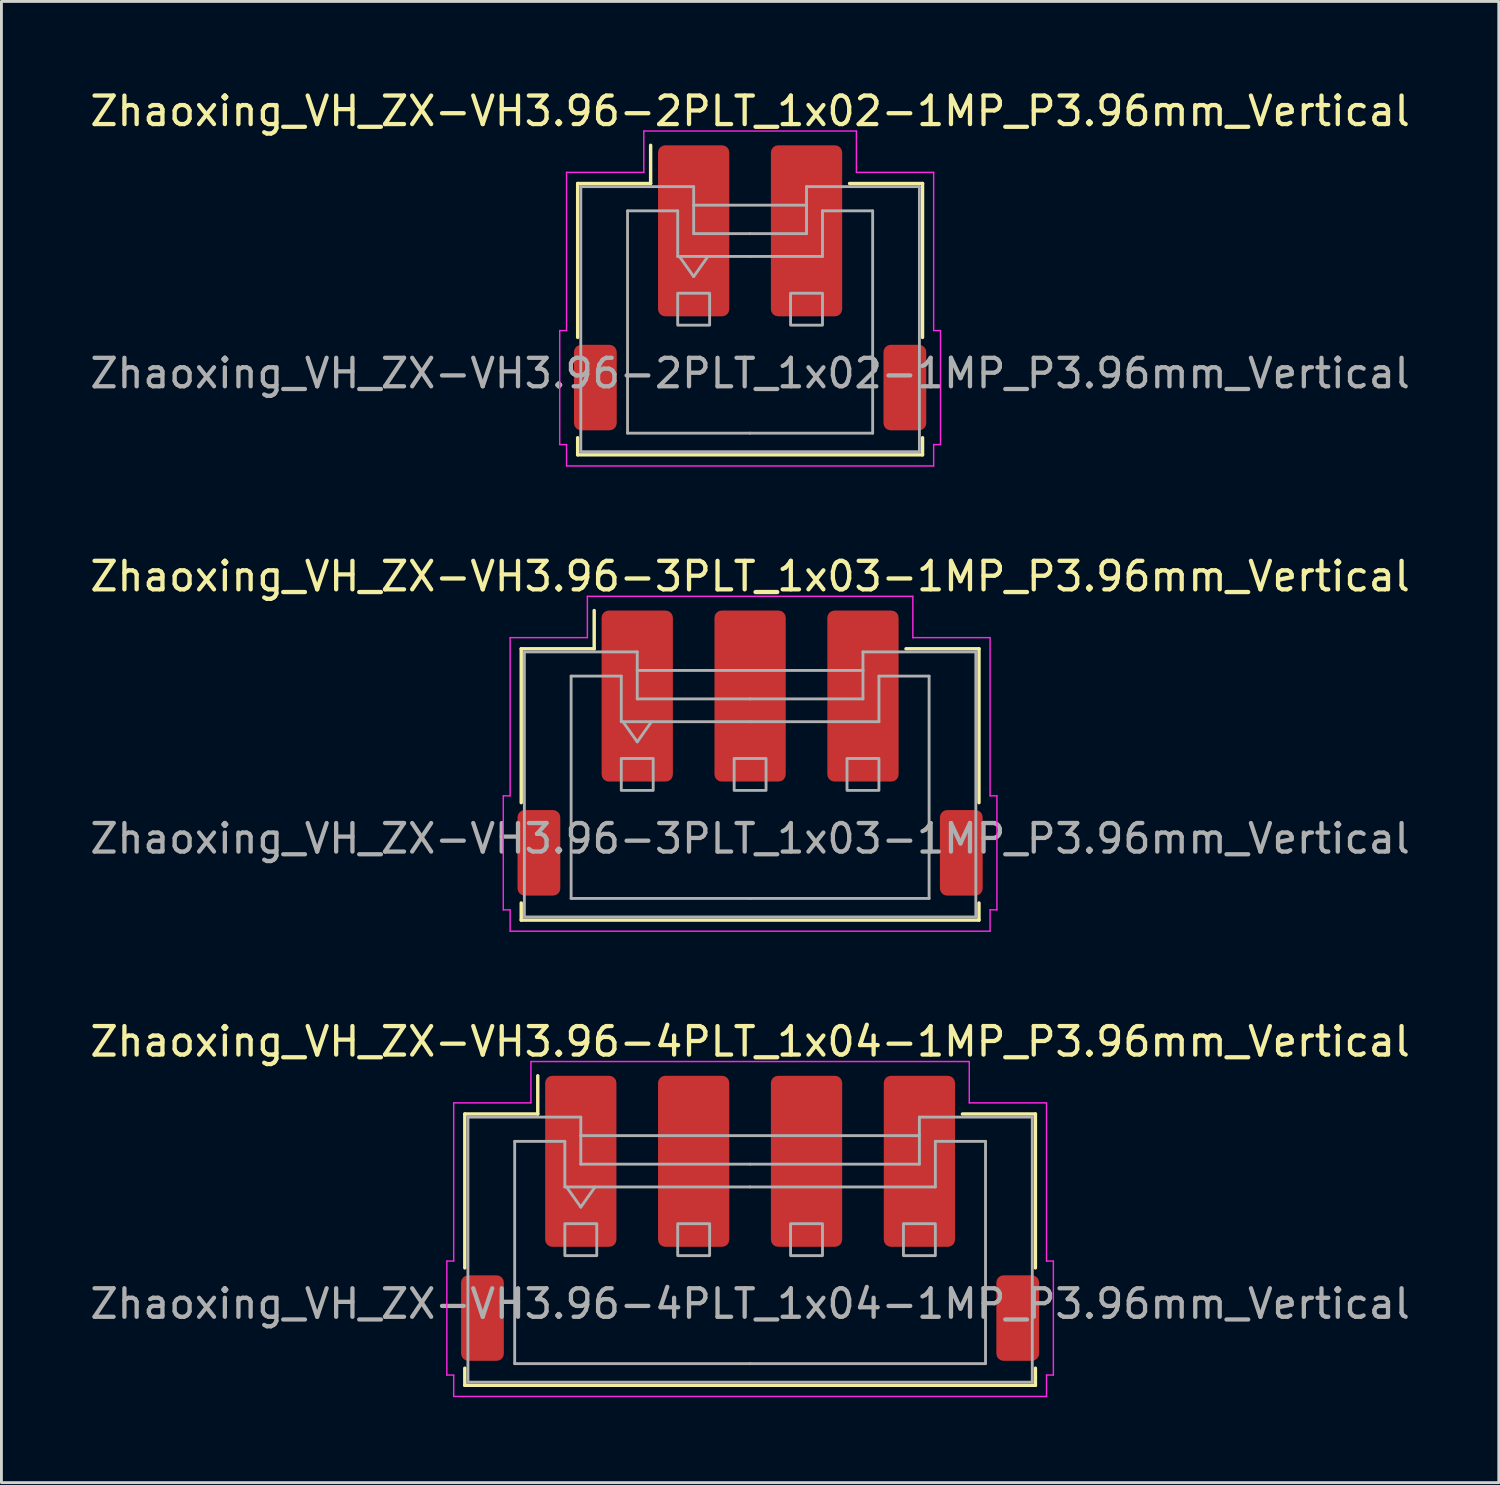
<source format=kicad_pcb>
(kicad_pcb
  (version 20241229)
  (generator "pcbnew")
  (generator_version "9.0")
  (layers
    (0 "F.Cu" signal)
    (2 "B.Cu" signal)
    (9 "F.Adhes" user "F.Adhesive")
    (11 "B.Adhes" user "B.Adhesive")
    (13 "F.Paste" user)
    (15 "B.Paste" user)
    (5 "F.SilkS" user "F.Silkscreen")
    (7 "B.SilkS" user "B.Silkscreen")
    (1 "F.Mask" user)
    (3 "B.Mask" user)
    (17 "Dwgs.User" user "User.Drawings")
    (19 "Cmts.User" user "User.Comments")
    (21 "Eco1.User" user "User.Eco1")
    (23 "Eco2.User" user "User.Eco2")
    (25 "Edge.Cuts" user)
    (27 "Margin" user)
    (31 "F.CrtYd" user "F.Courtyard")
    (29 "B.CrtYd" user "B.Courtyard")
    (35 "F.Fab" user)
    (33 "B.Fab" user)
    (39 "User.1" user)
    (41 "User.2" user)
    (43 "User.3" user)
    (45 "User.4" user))
  (footprint "Zhaoxing_VH_ZX-VH3.96-4PLT_1x04-1MP_P3.96mm_Vertical"
    (layer "F.Cu")
    (at 23.268 39.695)
    (property "Reference" "Zhaoxing_VH_ZX-VH3.96-4PLT_1x04-1MP_P3.96mm_Vertical" (at 0 -6.2 0) (layer "F.SilkS") (effects (font (size 1 1) (thickness 0.15))))
    (attr smd)
    (fp_line (start -10.01 -3.66) (end -7.45 -3.66) (stroke (width 0.12) (type solid)) (layer "F.SilkS"))
    (fp_line (start -10.01 1.74) (end -10.01 -3.66) (stroke (width 0.12) (type solid)) (layer "F.SilkS"))
    (fp_line (start -10.01 5.26) (end -10.01 5.86) (stroke (width 0.12) (type solid)) (layer "F.SilkS"))
    (fp_line (start -10.01 5.86) (end 10.01 5.86) (stroke (width 0.12) (type solid)) (layer "F.SilkS"))
    (fp_line (start -7.45 -3.66) (end -7.45 -5) (stroke (width 0.12) (type solid)) (layer "F.SilkS"))
    (fp_line (start 10.01 -3.66) (end 7.45 -3.66) (stroke (width 0.12) (type solid)) (layer "F.SilkS"))
    (fp_line (start 10.01 1.74) (end 10.01 -3.66) (stroke (width 0.12) (type solid)) (layer "F.SilkS"))
    (fp_line (start 10.01 5.86) (end 10.01 5.26) (stroke (width 0.12) (type solid)) (layer "F.SilkS"))
    (fp_line (start -10.64 1.5) (end -10.4 1.5) (stroke (width 0.05) (type solid)) (layer "F.CrtYd"))
    (fp_line (start -10.64 5.5) (end -10.64 1.5) (stroke (width 0.05) (type solid)) (layer "F.CrtYd"))
    (fp_line (start -10.4 -4.05) (end -7.69 -4.05) (stroke (width 0.05) (type solid)) (layer "F.CrtYd"))
    (fp_line (start -10.4 1.5) (end -10.4 -4.05) (stroke (width 0.05) (type solid)) (layer "F.CrtYd"))
    (fp_line (start -10.4 5.5) (end -10.64 5.5) (stroke (width 0.05) (type solid)) (layer "F.CrtYd"))
    (fp_line (start -10.4 6.25) (end -10.4 5.5) (stroke (width 0.05) (type solid)) (layer "F.CrtYd"))
    (fp_line (start -7.69 -5.5) (end 7.69 -5.5) (stroke (width 0.05) (type solid)) (layer "F.CrtYd"))
    (fp_line (start -7.69 -4.05) (end -7.69 -5.5) (stroke (width 0.05) (type solid)) (layer "F.CrtYd"))
    (fp_line (start 7.69 -5.5) (end 7.69 -4.05) (stroke (width 0.05) (type solid)) (layer "F.CrtYd"))
    (fp_line (start 7.69 -4.05) (end 10.4 -4.05) (stroke (width 0.05) (type solid)) (layer "F.CrtYd"))
    (fp_line (start 10.4 -4.05) (end 10.4 1.5) (stroke (width 0.05) (type solid)) (layer "F.CrtYd"))
    (fp_line (start 10.4 1.5) (end 10.64 1.5) (stroke (width 0.05) (type solid)) (layer "F.CrtYd"))
    (fp_line (start 10.4 5.5) (end 10.4 6.25) (stroke (width 0.05) (type solid)) (layer "F.CrtYd"))
    (fp_line (start 10.4 6.25) (end -10.4 6.25) (stroke (width 0.05) (type solid)) (layer "F.CrtYd"))
    (fp_line (start 10.64 1.5) (end 10.64 5.5) (stroke (width 0.05) (type solid)) (layer "F.CrtYd"))
    (fp_line (start 10.64 5.5) (end 10.4 5.5) (stroke (width 0.05) (type solid)) (layer "F.CrtYd"))
    (fp_line (start -9.9 -3.55) (end -9.9 5.75) (stroke (width 0.1) (type solid)) (layer "F.Fab"))
    (fp_line (start -9.9 -3.55) (end -5.94 -3.55) (stroke (width 0.1) (type solid)) (layer "F.Fab"))
    (fp_line (start -9.9 5.75) (end 9.9 5.75) (stroke (width 0.1) (type solid)) (layer "F.Fab"))
    (fp_line (start -8.26 -2.7) (end -8.26 5.1) (stroke (width 0.1) (type solid)) (layer "F.Fab"))
    (fp_line (start -8.26 5.1) (end 0 5.1) (stroke (width 0.1) (type solid)) (layer "F.Fab"))
    (fp_line (start -6.5 -2.7) (end -8.26 -2.7) (stroke (width 0.1) (type solid)) (layer "F.Fab"))
    (fp_line (start -6.5 -1.1) (end -6.5 -2.7) (stroke (width 0.1) (type solid)) (layer "F.Fab"))
    (fp_line (start -6.44 -1.1) (end -5.94 -0.393) (stroke (width 0.1) (type solid)) (layer "F.Fab"))
    (fp_line (start -5.94 -3.55) (end -5.94 -2.9) (stroke (width 0.1) (type solid)) (layer "F.Fab"))
    (fp_line (start -5.94 -2.9) (end 5.94 -2.9) (stroke (width 0.1) (type solid)) (layer "F.Fab"))
    (fp_line (start -5.94 -1.9) (end -5.94 -2.9) (stroke (width 0.1) (type solid)) (layer "F.Fab"))
    (fp_line (start -5.94 -0.393) (end -5.44 -1.1) (stroke (width 0.1) (type solid)) (layer "F.Fab"))
    (fp_line (start 0 -1.9) (end -5.94 -1.9) (stroke (width 0.1) (type solid)) (layer "F.Fab"))
    (fp_line (start 0 -1.9) (end 5.94 -1.9) (stroke (width 0.1) (type solid)) (layer "F.Fab"))
    (fp_line (start 0 -1.1) (end -6.5 -1.1) (stroke (width 0.1) (type solid)) (layer "F.Fab"))
    (fp_line (start 0 -1.1) (end 6.5 -1.1) (stroke (width 0.1) (type solid)) (layer "F.Fab"))
    (fp_line (start 5.94 -3.55) (end 9.9 -3.55) (stroke (width 0.1) (type solid)) (layer "F.Fab"))
    (fp_line (start 5.94 -2.9) (end 5.94 -3.55) (stroke (width 0.1) (type solid)) (layer "F.Fab"))
    (fp_line (start 5.94 -1.9) (end 5.94 -2.9) (stroke (width 0.1) (type solid)) (layer "F.Fab"))
    (fp_line (start 6.5 -2.7) (end 8.26 -2.7) (stroke (width 0.1) (type solid)) (layer "F.Fab"))
    (fp_line (start 6.5 -1.1) (end 6.5 -2.7) (stroke (width 0.1) (type solid)) (layer "F.Fab"))
    (fp_line (start 8.26 -2.7) (end 8.26 5.1) (stroke (width 0.1) (type solid)) (layer "F.Fab"))
    (fp_line (start 8.26 5.1) (end 0 5.1) (stroke (width 0.1) (type solid)) (layer "F.Fab"))
    (fp_line (start 9.9 -3.55) (end 9.9 5.75) (stroke (width 0.1) (type solid)) (layer "F.Fab"))
    (fp_rect (start -6.5 0.19) (end -5.38 1.31) (stroke (width 0.1) (type solid)) (fill no) (layer "F.Fab"))
    (fp_rect (start -2.54 0.19) (end -1.42 1.31) (stroke (width 0.1) (type solid)) (fill no) (layer "F.Fab"))
    (fp_rect (start 1.42 0.19) (end 2.54 1.31) (stroke (width 0.1) (type solid)) (fill no) (layer "F.Fab"))
    (fp_rect (start 5.38 0.19) (end 6.5 1.31) (stroke (width 0.1) (type solid)) (fill no) (layer "F.Fab"))
    (fp_text user "${REFERENCE}" (at 0 3 0) (layer "F.Fab") (effects (font (size 1 1) (thickness 0.15))))
    (pad "1" smd roundrect (at -5.94 -2) (size 2.5 6) (layers "F.Cu" "F.Mask" "F.Paste") (roundrect_rratio 0.1))
    (pad "2" smd roundrect (at -1.98 -2) (size 2.5 6) (layers "F.Cu" "F.Mask" "F.Paste") (roundrect_rratio 0.1))
    (pad "3" smd roundrect (at 1.98 -2) (size 2.5 6) (layers "F.Cu" "F.Mask" "F.Paste") (roundrect_rratio 0.1))
    (pad "4" smd roundrect (at 5.94 -2) (size 2.5 6) (layers "F.Cu" "F.Mask" "F.Paste") (roundrect_rratio 0.1))
    (pad "MP" smd roundrect (at -9.39 3.5) (size 1.5 3) (layers "F.Cu" "F.Mask" "F.Paste") (roundrect_rratio 0.167))
    (pad "MP" smd roundrect (at 9.39 3.5) (size 1.5 3) (layers "F.Cu" "F.Mask" "F.Paste") (roundrect_rratio 0.167)))
  (footprint "Zhaoxing_VH_ZX-VH3.96-3PLT_1x03-1MP_P3.96mm_Vertical"
    (layer "F.Cu")
    (at 23.268 23.372)
    (property "Reference" "Zhaoxing_VH_ZX-VH3.96-3PLT_1x03-1MP_P3.96mm_Vertical" (at 0 -6.2 0) (layer "F.SilkS") (effects (font (size 1 1) (thickness 0.15))))
    (attr smd)
    (fp_line (start -8.03 -3.66) (end -5.47 -3.66) (stroke (width 0.12) (type solid)) (layer "F.SilkS"))
    (fp_line (start -8.03 1.74) (end -8.03 -3.66) (stroke (width 0.12) (type solid)) (layer "F.SilkS"))
    (fp_line (start -8.03 5.26) (end -8.03 5.86) (stroke (width 0.12) (type solid)) (layer "F.SilkS"))
    (fp_line (start -8.03 5.86) (end 8.03 5.86) (stroke (width 0.12) (type solid)) (layer "F.SilkS"))
    (fp_line (start -5.47 -3.66) (end -5.47 -5) (stroke (width 0.12) (type solid)) (layer "F.SilkS"))
    (fp_line (start 8.03 -3.66) (end 5.47 -3.66) (stroke (width 0.12) (type solid)) (layer "F.SilkS"))
    (fp_line (start 8.03 1.74) (end 8.03 -3.66) (stroke (width 0.12) (type solid)) (layer "F.SilkS"))
    (fp_line (start 8.03 5.86) (end 8.03 5.26) (stroke (width 0.12) (type solid)) (layer "F.SilkS"))
    (fp_line (start -8.66 1.5) (end -8.42 1.5) (stroke (width 0.05) (type solid)) (layer "F.CrtYd"))
    (fp_line (start -8.66 5.5) (end -8.66 1.5) (stroke (width 0.05) (type solid)) (layer "F.CrtYd"))
    (fp_line (start -8.42 -4.05) (end -5.71 -4.05) (stroke (width 0.05) (type solid)) (layer "F.CrtYd"))
    (fp_line (start -8.42 1.5) (end -8.42 -4.05) (stroke (width 0.05) (type solid)) (layer "F.CrtYd"))
    (fp_line (start -8.42 5.5) (end -8.66 5.5) (stroke (width 0.05) (type solid)) (layer "F.CrtYd"))
    (fp_line (start -8.42 6.25) (end -8.42 5.5) (stroke (width 0.05) (type solid)) (layer "F.CrtYd"))
    (fp_line (start -5.71 -5.5) (end 5.71 -5.5) (stroke (width 0.05) (type solid)) (layer "F.CrtYd"))
    (fp_line (start -5.71 -4.05) (end -5.71 -5.5) (stroke (width 0.05) (type solid)) (layer "F.CrtYd"))
    (fp_line (start 5.71 -5.5) (end 5.71 -4.05) (stroke (width 0.05) (type solid)) (layer "F.CrtYd"))
    (fp_line (start 5.71 -4.05) (end 8.42 -4.05) (stroke (width 0.05) (type solid)) (layer "F.CrtYd"))
    (fp_line (start 8.42 -4.05) (end 8.42 1.5) (stroke (width 0.05) (type solid)) (layer "F.CrtYd"))
    (fp_line (start 8.42 1.5) (end 8.66 1.5) (stroke (width 0.05) (type solid)) (layer "F.CrtYd"))
    (fp_line (start 8.42 5.5) (end 8.42 6.25) (stroke (width 0.05) (type solid)) (layer "F.CrtYd"))
    (fp_line (start 8.42 6.25) (end -8.42 6.25) (stroke (width 0.05) (type solid)) (layer "F.CrtYd"))
    (fp_line (start 8.66 1.5) (end 8.66 5.5) (stroke (width 0.05) (type solid)) (layer "F.CrtYd"))
    (fp_line (start 8.66 5.5) (end 8.42 5.5) (stroke (width 0.05) (type solid)) (layer "F.CrtYd"))
    (fp_line (start -7.92 -3.55) (end -7.92 5.75) (stroke (width 0.1) (type solid)) (layer "F.Fab"))
    (fp_line (start -7.92 -3.55) (end -3.96 -3.55) (stroke (width 0.1) (type solid)) (layer "F.Fab"))
    (fp_line (start -7.92 5.75) (end 7.92 5.75) (stroke (width 0.1) (type solid)) (layer "F.Fab"))
    (fp_line (start -6.28 -2.7) (end -6.28 5.1) (stroke (width 0.1) (type solid)) (layer "F.Fab"))
    (fp_line (start -6.28 5.1) (end 0 5.1) (stroke (width 0.1) (type solid)) (layer "F.Fab"))
    (fp_line (start -4.52 -2.7) (end -6.28 -2.7) (stroke (width 0.1) (type solid)) (layer "F.Fab"))
    (fp_line (start -4.52 -1.1) (end -4.52 -2.7) (stroke (width 0.1) (type solid)) (layer "F.Fab"))
    (fp_line (start -4.46 -1.1) (end -3.96 -0.393) (stroke (width 0.1) (type solid)) (layer "F.Fab"))
    (fp_line (start -3.96 -3.55) (end -3.96 -2.9) (stroke (width 0.1) (type solid)) (layer "F.Fab"))
    (fp_line (start -3.96 -2.9) (end 3.96 -2.9) (stroke (width 0.1) (type solid)) (layer "F.Fab"))
    (fp_line (start -3.96 -1.9) (end -3.96 -2.9) (stroke (width 0.1) (type solid)) (layer "F.Fab"))
    (fp_line (start -3.96 -0.393) (end -3.46 -1.1) (stroke (width 0.1) (type solid)) (layer "F.Fab"))
    (fp_line (start 0 -1.9) (end -3.96 -1.9) (stroke (width 0.1) (type solid)) (layer "F.Fab"))
    (fp_line (start 0 -1.9) (end 3.96 -1.9) (stroke (width 0.1) (type solid)) (layer "F.Fab"))
    (fp_line (start 0 -1.1) (end -4.52 -1.1) (stroke (width 0.1) (type solid)) (layer "F.Fab"))
    (fp_line (start 0 -1.1) (end 4.52 -1.1) (stroke (width 0.1) (type solid)) (layer "F.Fab"))
    (fp_line (start 3.96 -3.55) (end 7.92 -3.55) (stroke (width 0.1) (type solid)) (layer "F.Fab"))
    (fp_line (start 3.96 -2.9) (end 3.96 -3.55) (stroke (width 0.1) (type solid)) (layer "F.Fab"))
    (fp_line (start 3.96 -1.9) (end 3.96 -2.9) (stroke (width 0.1) (type solid)) (layer "F.Fab"))
    (fp_line (start 4.52 -2.7) (end 6.28 -2.7) (stroke (width 0.1) (type solid)) (layer "F.Fab"))
    (fp_line (start 4.52 -1.1) (end 4.52 -2.7) (stroke (width 0.1) (type solid)) (layer "F.Fab"))
    (fp_line (start 6.28 -2.7) (end 6.28 5.1) (stroke (width 0.1) (type solid)) (layer "F.Fab"))
    (fp_line (start 6.28 5.1) (end 0 5.1) (stroke (width 0.1) (type solid)) (layer "F.Fab"))
    (fp_line (start 7.92 -3.55) (end 7.92 5.75) (stroke (width 0.1) (type solid)) (layer "F.Fab"))
    (fp_rect (start -4.52 0.19) (end -3.4 1.31) (stroke (width 0.1) (type solid)) (fill no) (layer "F.Fab"))
    (fp_rect (start -0.56 0.19) (end 0.56 1.31) (stroke (width 0.1) (type solid)) (fill no) (layer "F.Fab"))
    (fp_rect (start 3.4 0.19) (end 4.52 1.31) (stroke (width 0.1) (type solid)) (fill no) (layer "F.Fab"))
    (fp_text user "${REFERENCE}" (at 0 3 0) (layer "F.Fab") (effects (font (size 1 1) (thickness 0.15))))
    (pad "1" smd roundrect (at -3.96 -2) (size 2.5 6) (layers "F.Cu" "F.Mask" "F.Paste") (roundrect_rratio 0.1))
    (pad "2" smd roundrect (at 0 -2) (size 2.5 6) (layers "F.Cu" "F.Mask" "F.Paste") (roundrect_rratio 0.1))
    (pad "3" smd roundrect (at 3.96 -2) (size 2.5 6) (layers "F.Cu" "F.Mask" "F.Paste") (roundrect_rratio 0.1))
    (pad "MP" smd roundrect (at -7.41 3.5) (size 1.5 3) (layers "F.Cu" "F.Mask" "F.Paste") (roundrect_rratio 0.167))
    (pad "MP" smd roundrect (at 7.41 3.5) (size 1.5 3) (layers "F.Cu" "F.Mask" "F.Paste") (roundrect_rratio 0.167)))
  (footprint "Zhaoxing_VH_ZX-VH3.96-2PLT_1x02-1MP_P3.96mm_Vertical"
    (layer "F.Cu")
    (at 23.268 7.048)
    (property "Reference" "Zhaoxing_VH_ZX-VH3.96-2PLT_1x02-1MP_P3.96mm_Vertical" (at 0 -6.2 0) (layer "F.SilkS") (effects (font (size 1 1) (thickness 0.15))))
    (attr smd)
    (fp_line (start -6.05 -3.66) (end -3.49 -3.66) (stroke (width 0.12) (type solid)) (layer "F.SilkS"))
    (fp_line (start -6.05 1.74) (end -6.05 -3.66) (stroke (width 0.12) (type solid)) (layer "F.SilkS"))
    (fp_line (start -6.05 5.26) (end -6.05 5.86) (stroke (width 0.12) (type solid)) (layer "F.SilkS"))
    (fp_line (start -6.05 5.86) (end 6.05 5.86) (stroke (width 0.12) (type solid)) (layer "F.SilkS"))
    (fp_line (start -3.49 -3.66) (end -3.49 -5) (stroke (width 0.12) (type solid)) (layer "F.SilkS"))
    (fp_line (start 6.05 -3.66) (end 3.49 -3.66) (stroke (width 0.12) (type solid)) (layer "F.SilkS"))
    (fp_line (start 6.05 1.74) (end 6.05 -3.66) (stroke (width 0.12) (type solid)) (layer "F.SilkS"))
    (fp_line (start 6.05 5.86) (end 6.05 5.26) (stroke (width 0.12) (type solid)) (layer "F.SilkS"))
    (fp_line (start -6.68 1.5) (end -6.44 1.5) (stroke (width 0.05) (type solid)) (layer "F.CrtYd"))
    (fp_line (start -6.68 5.5) (end -6.68 1.5) (stroke (width 0.05) (type solid)) (layer "F.CrtYd"))
    (fp_line (start -6.44 -4.05) (end -3.73 -4.05) (stroke (width 0.05) (type solid)) (layer "F.CrtYd"))
    (fp_line (start -6.44 1.5) (end -6.44 -4.05) (stroke (width 0.05) (type solid)) (layer "F.CrtYd"))
    (fp_line (start -6.44 5.5) (end -6.68 5.5) (stroke (width 0.05) (type solid)) (layer "F.CrtYd"))
    (fp_line (start -6.44 6.25) (end -6.44 5.5) (stroke (width 0.05) (type solid)) (layer "F.CrtYd"))
    (fp_line (start -3.73 -5.5) (end 3.73 -5.5) (stroke (width 0.05) (type solid)) (layer "F.CrtYd"))
    (fp_line (start -3.73 -4.05) (end -3.73 -5.5) (stroke (width 0.05) (type solid)) (layer "F.CrtYd"))
    (fp_line (start 3.73 -5.5) (end 3.73 -4.05) (stroke (width 0.05) (type solid)) (layer "F.CrtYd"))
    (fp_line (start 3.73 -4.05) (end 6.44 -4.05) (stroke (width 0.05) (type solid)) (layer "F.CrtYd"))
    (fp_line (start 6.44 -4.05) (end 6.44 1.5) (stroke (width 0.05) (type solid)) (layer "F.CrtYd"))
    (fp_line (start 6.44 1.5) (end 6.68 1.5) (stroke (width 0.05) (type solid)) (layer "F.CrtYd"))
    (fp_line (start 6.44 5.5) (end 6.44 6.25) (stroke (width 0.05) (type solid)) (layer "F.CrtYd"))
    (fp_line (start 6.44 6.25) (end -6.44 6.25) (stroke (width 0.05) (type solid)) (layer "F.CrtYd"))
    (fp_line (start 6.68 1.5) (end 6.68 5.5) (stroke (width 0.05) (type solid)) (layer "F.CrtYd"))
    (fp_line (start 6.68 5.5) (end 6.44 5.5) (stroke (width 0.05) (type solid)) (layer "F.CrtYd"))
    (fp_line (start -5.94 -3.55) (end -5.94 5.75) (stroke (width 0.1) (type solid)) (layer "F.Fab"))
    (fp_line (start -5.94 -3.55) (end -1.98 -3.55) (stroke (width 0.1) (type solid)) (layer "F.Fab"))
    (fp_line (start -5.94 5.75) (end 5.94 5.75) (stroke (width 0.1) (type solid)) (layer "F.Fab"))
    (fp_line (start -4.3 -2.7) (end -4.3 5.1) (stroke (width 0.1) (type solid)) (layer "F.Fab"))
    (fp_line (start -4.3 5.1) (end 0 5.1) (stroke (width 0.1) (type solid)) (layer "F.Fab"))
    (fp_line (start -2.54 -2.7) (end -4.3 -2.7) (stroke (width 0.1) (type solid)) (layer "F.Fab"))
    (fp_line (start -2.54 -1.1) (end -2.54 -2.7) (stroke (width 0.1) (type solid)) (layer "F.Fab"))
    (fp_line (start -2.48 -1.1) (end -1.98 -0.393) (stroke (width 0.1) (type solid)) (layer "F.Fab"))
    (fp_line (start -1.98 -3.55) (end -1.98 -2.9) (stroke (width 0.1) (type solid)) (layer "F.Fab"))
    (fp_line (start -1.98 -2.9) (end 1.98 -2.9) (stroke (width 0.1) (type solid)) (layer "F.Fab"))
    (fp_line (start -1.98 -1.9) (end -1.98 -2.9) (stroke (width 0.1) (type solid)) (layer "F.Fab"))
    (fp_line (start -1.98 -0.393) (end -1.48 -1.1) (stroke (width 0.1) (type solid)) (layer "F.Fab"))
    (fp_line (start 0 -1.9) (end -1.98 -1.9) (stroke (width 0.1) (type solid)) (layer "F.Fab"))
    (fp_line (start 0 -1.9) (end 1.98 -1.9) (stroke (width 0.1) (type solid)) (layer "F.Fab"))
    (fp_line (start 0 -1.1) (end -2.54 -1.1) (stroke (width 0.1) (type solid)) (layer "F.Fab"))
    (fp_line (start 0 -1.1) (end 2.54 -1.1) (stroke (width 0.1) (type solid)) (layer "F.Fab"))
    (fp_line (start 1.98 -3.55) (end 5.94 -3.55) (stroke (width 0.1) (type solid)) (layer "F.Fab"))
    (fp_line (start 1.98 -2.9) (end 1.98 -3.55) (stroke (width 0.1) (type solid)) (layer "F.Fab"))
    (fp_line (start 1.98 -1.9) (end 1.98 -2.9) (stroke (width 0.1) (type solid)) (layer "F.Fab"))
    (fp_line (start 2.54 -2.7) (end 4.3 -2.7) (stroke (width 0.1) (type solid)) (layer "F.Fab"))
    (fp_line (start 2.54 -1.1) (end 2.54 -2.7) (stroke (width 0.1) (type solid)) (layer "F.Fab"))
    (fp_line (start 4.3 -2.7) (end 4.3 5.1) (stroke (width 0.1) (type solid)) (layer "F.Fab"))
    (fp_line (start 4.3 5.1) (end 0 5.1) (stroke (width 0.1) (type solid)) (layer "F.Fab"))
    (fp_line (start 5.94 -3.55) (end 5.94 5.75) (stroke (width 0.1) (type solid)) (layer "F.Fab"))
    (fp_rect (start -2.54 0.19) (end -1.42 1.31) (stroke (width 0.1) (type solid)) (fill no) (layer "F.Fab"))
    (fp_rect (start 1.42 0.19) (end 2.54 1.31) (stroke (width 0.1) (type solid)) (fill no) (layer "F.Fab"))
    (fp_text user "${REFERENCE}" (at 0 3 0) (layer "F.Fab") (effects (font (size 1 1) (thickness 0.15))))
    (pad "1" smd roundrect (at -1.98 -2) (size 2.5 6) (layers "F.Cu" "F.Mask" "F.Paste") (roundrect_rratio 0.1))
    (pad "2" smd roundrect (at 1.98 -2) (size 2.5 6) (layers "F.Cu" "F.Mask" "F.Paste") (roundrect_rratio 0.1))
    (pad "MP" smd roundrect (at -5.43 3.5) (size 1.5 3) (layers "F.Cu" "F.Mask" "F.Paste") (roundrect_rratio 0.167))
    (pad "MP" smd roundrect (at 5.43 3.5) (size 1.5 3) (layers "F.Cu" "F.Mask" "F.Paste") (roundrect_rratio 0.167)))
  (gr_rect
    (start -3 -3)
    (end 49.536 48.97)
    (stroke (width 0.1) (type default))
    (fill no)
    (layer "Edge.Cuts")))
</source>
